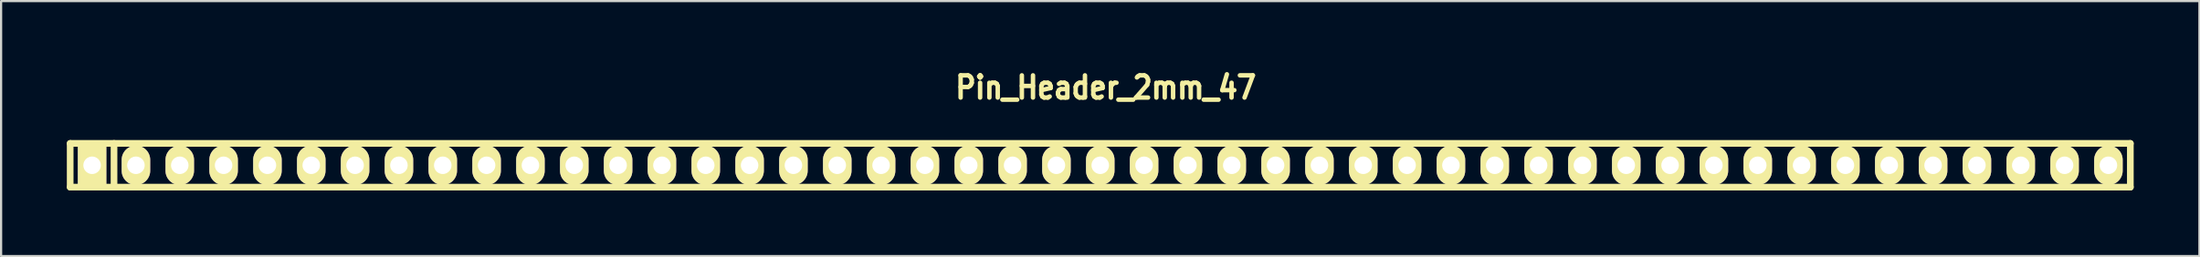
<source format=kicad_pcb>
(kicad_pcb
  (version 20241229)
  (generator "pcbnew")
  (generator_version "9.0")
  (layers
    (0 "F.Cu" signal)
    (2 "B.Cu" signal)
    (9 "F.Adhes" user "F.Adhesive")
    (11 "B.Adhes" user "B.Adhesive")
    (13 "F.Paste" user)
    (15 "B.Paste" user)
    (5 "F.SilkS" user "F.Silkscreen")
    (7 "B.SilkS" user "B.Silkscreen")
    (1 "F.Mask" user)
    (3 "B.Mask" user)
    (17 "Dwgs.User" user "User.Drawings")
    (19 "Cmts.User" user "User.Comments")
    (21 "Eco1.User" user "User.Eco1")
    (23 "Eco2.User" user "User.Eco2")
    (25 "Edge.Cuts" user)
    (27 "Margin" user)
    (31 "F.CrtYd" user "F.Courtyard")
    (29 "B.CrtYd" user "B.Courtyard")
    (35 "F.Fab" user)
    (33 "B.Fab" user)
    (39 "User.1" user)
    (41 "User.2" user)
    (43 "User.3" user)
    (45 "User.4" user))
  (footprint "Pin_Header_2mm_47"
    (layer "F.Cu")
    (at 47.152 4.507)
    (property "Reference" "Pin_Header_2mm_47" (at 0.254 -3.556 0) (layer "F.SilkS") (effects (font (size 1.016 0.889) (thickness 0.203))))
    (attr through_hole)
    (fp_line (start -47 -1) (end 47 -1) (stroke (width 0.305) (type solid)) (layer "F.SilkS"))
    (fp_line (start -47 1) (end -47 -1) (stroke (width 0.305) (type solid)) (layer "F.SilkS"))
    (fp_line (start -45 -1) (end -45 1) (stroke (width 0.305) (type solid)) (layer "F.SilkS"))
    (fp_line (start 47 -1) (end 47 1) (stroke (width 0.305) (type solid)) (layer "F.SilkS"))
    (fp_line (start 47 1) (end -47 1) (stroke (width 0.305) (type solid)) (layer "F.SilkS"))
    (pad "1" thru_hole rect (at -46 0) (size 1.3 1.8) (drill 0.8) (layers "*.Cu" "*.Mask" "F.SilkS"))
    (pad "2" thru_hole oval (at -44 0) (size 1.3 1.8) (drill 0.8) (layers "*.Cu" "*.Mask" "F.SilkS"))
    (pad "3" thru_hole oval (at -42 0) (size 1.3 1.8) (drill 0.8) (layers "*.Cu" "*.Mask" "F.SilkS"))
    (pad "4" thru_hole oval (at -40 0) (size 1.3 1.8) (drill 0.8) (layers "*.Cu" "*.Mask" "F.SilkS"))
    (pad "5" thru_hole oval (at -38 0) (size 1.3 1.8) (drill 0.8) (layers "*.Cu" "*.Mask" "F.SilkS"))
    (pad "6" thru_hole oval (at -36 0) (size 1.3 1.8) (drill 0.8) (layers "*.Cu" "*.Mask" "F.SilkS"))
    (pad "7" thru_hole oval (at -34 0) (size 1.3 1.8) (drill 0.8) (layers "*.Cu" "*.Mask" "F.SilkS"))
    (pad "8" thru_hole oval (at -32 0) (size 1.3 1.8) (drill 0.8) (layers "*.Cu" "*.Mask" "F.SilkS"))
    (pad "9" thru_hole oval (at -30 0) (size 1.3 1.8) (drill 0.8) (layers "*.Cu" "*.Mask" "F.SilkS"))
    (pad "10" thru_hole oval (at -28 0) (size 1.3 1.8) (drill 0.8) (layers "*.Cu" "*.Mask" "F.SilkS"))
    (pad "11" thru_hole oval (at -26 0) (size 1.3 1.8) (drill 0.8) (layers "*.Cu" "*.Mask" "F.SilkS"))
    (pad "12" thru_hole oval (at -24 0) (size 1.3 1.8) (drill 0.8) (layers "*.Cu" "*.Mask" "F.SilkS"))
    (pad "13" thru_hole oval (at -22 0) (size 1.3 1.8) (drill 0.8) (layers "*.Cu" "*.Mask" "F.SilkS"))
    (pad "14" thru_hole oval (at -20 0) (size 1.3 1.8) (drill 0.8) (layers "*.Cu" "*.Mask" "F.SilkS"))
    (pad "15" thru_hole oval (at -18 0) (size 1.3 1.8) (drill 0.8) (layers "*.Cu" "*.Mask" "F.SilkS"))
    (pad "16" thru_hole oval (at -16 0) (size 1.3 1.8) (drill 0.8) (layers "*.Cu" "*.Mask" "F.SilkS"))
    (pad "17" thru_hole oval (at -14 0) (size 1.3 1.8) (drill 0.8) (layers "*.Cu" "*.Mask" "F.SilkS"))
    (pad "18" thru_hole oval (at -12 0) (size 1.3 1.8) (drill 0.8) (layers "*.Cu" "*.Mask" "F.SilkS"))
    (pad "19" thru_hole oval (at -10 0) (size 1.3 1.8) (drill 0.8) (layers "*.Cu" "*.Mask" "F.SilkS"))
    (pad "20" thru_hole oval (at -8 0) (size 1.3 1.8) (drill 0.8) (layers "*.Cu" "*.Mask" "F.SilkS"))
    (pad "21" thru_hole oval (at -6 0) (size 1.3 1.8) (drill 0.8) (layers "*.Cu" "*.Mask" "F.SilkS"))
    (pad "22" thru_hole oval (at -4 0) (size 1.3 1.8) (drill 0.8) (layers "*.Cu" "*.Mask" "F.SilkS"))
    (pad "23" thru_hole oval (at -2 0) (size 1.3 1.8) (drill 0.8) (layers "*.Cu" "*.Mask" "F.SilkS"))
    (pad "24" thru_hole oval (at 0 0) (size 1.3 1.8) (drill 0.8) (layers "*.Cu" "*.Mask" "F.SilkS"))
    (pad "25" thru_hole oval (at 2 0) (size 1.3 1.8) (drill 0.8) (layers "*.Cu" "*.Mask" "F.SilkS"))
    (pad "26" thru_hole oval (at 4 0) (size 1.3 1.8) (drill 0.8) (layers "*.Cu" "*.Mask" "F.SilkS"))
    (pad "27" thru_hole oval (at 6 0) (size 1.3 1.8) (drill 0.8) (layers "*.Cu" "*.Mask" "F.SilkS"))
    (pad "28" thru_hole oval (at 8 0) (size 1.3 1.8) (drill 0.8) (layers "*.Cu" "*.Mask" "F.SilkS"))
    (pad "29" thru_hole oval (at 10 0) (size 1.3 1.8) (drill 0.8) (layers "*.Cu" "*.Mask" "F.SilkS"))
    (pad "30" thru_hole oval (at 12 0) (size 1.3 1.8) (drill 0.8) (layers "*.Cu" "*.Mask" "F.SilkS"))
    (pad "31" thru_hole oval (at 14 0) (size 1.3 1.8) (drill 0.8) (layers "*.Cu" "*.Mask" "F.SilkS"))
    (pad "32" thru_hole oval (at 16 0) (size 1.3 1.8) (drill 0.8) (layers "*.Cu" "*.Mask" "F.SilkS"))
    (pad "33" thru_hole oval (at 18 0) (size 1.3 1.8) (drill 0.8) (layers "*.Cu" "*.Mask" "F.SilkS"))
    (pad "34" thru_hole oval (at 20 0) (size 1.3 1.8) (drill 0.8) (layers "*.Cu" "*.Mask" "F.SilkS"))
    (pad "35" thru_hole oval (at 22 0) (size 1.3 1.8) (drill 0.8) (layers "*.Cu" "*.Mask" "F.SilkS"))
    (pad "36" thru_hole oval (at 24 0) (size 1.3 1.8) (drill 0.8) (layers "*.Cu" "*.Mask" "F.SilkS"))
    (pad "37" thru_hole oval (at 26 0) (size 1.3 1.8) (drill 0.8) (layers "*.Cu" "*.Mask" "F.SilkS"))
    (pad "38" thru_hole oval (at 28 0) (size 1.3 1.8) (drill 0.8) (layers "*.Cu" "*.Mask" "F.SilkS"))
    (pad "39" thru_hole oval (at 30 0) (size 1.3 1.8) (drill 0.8) (layers "*.Cu" "*.Mask" "F.SilkS"))
    (pad "40" thru_hole oval (at 32 0) (size 1.3 1.8) (drill 0.8) (layers "*.Cu" "*.Mask" "F.SilkS"))
    (pad "41" thru_hole oval (at 34 0) (size 1.3 1.8) (drill 0.8) (layers "*.Cu" "*.Mask" "F.SilkS"))
    (pad "42" thru_hole oval (at 36 0) (size 1.3 1.8) (drill 0.8) (layers "*.Cu" "*.Mask" "F.SilkS"))
    (pad "43" thru_hole oval (at 38 0) (size 1.3 1.8) (drill 0.8) (layers "*.Cu" "*.Mask" "F.SilkS"))
    (pad "44" thru_hole oval (at 40 0) (size 1.3 1.8) (drill 0.8) (layers "*.Cu" "*.Mask" "F.SilkS"))
    (pad "45" thru_hole oval (at 42 0) (size 1.3 1.8) (drill 0.8) (layers "*.Cu" "*.Mask" "F.SilkS"))
    (pad "46" thru_hole oval (at 44 0) (size 1.3 1.8) (drill 0.8) (layers "*.Cu" "*.Mask" "F.SilkS"))
    (pad "47" thru_hole oval (at 46 0) (size 1.3 1.8) (drill 0.8) (layers "*.Cu" "*.Mask" "F.SilkS")))
  (gr_rect
    (start -3 -3)
    (end 97.305 8.659)
    (stroke (width 0.1) (type default))
    (fill no)
    (layer "Edge.Cuts")))
</source>
